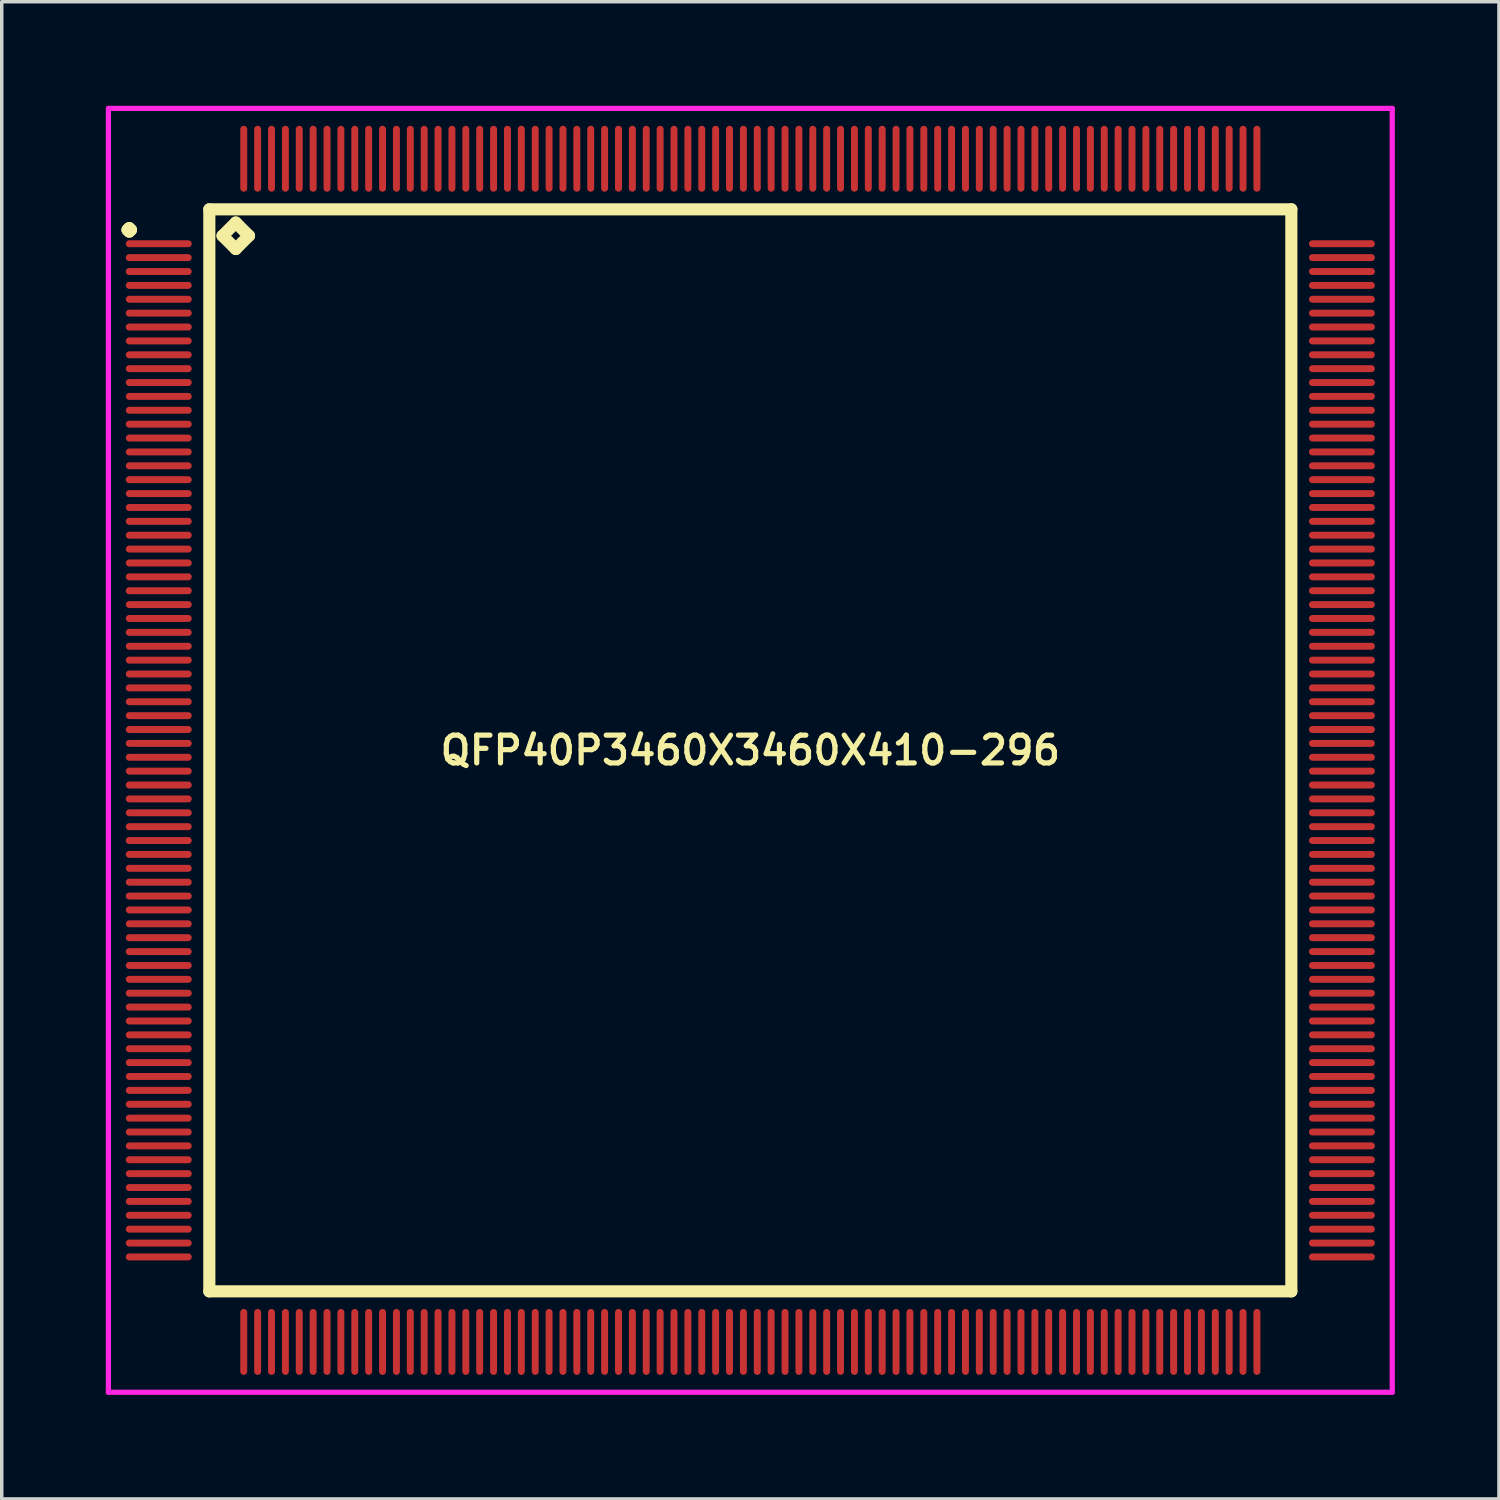
<source format=kicad_pcb>
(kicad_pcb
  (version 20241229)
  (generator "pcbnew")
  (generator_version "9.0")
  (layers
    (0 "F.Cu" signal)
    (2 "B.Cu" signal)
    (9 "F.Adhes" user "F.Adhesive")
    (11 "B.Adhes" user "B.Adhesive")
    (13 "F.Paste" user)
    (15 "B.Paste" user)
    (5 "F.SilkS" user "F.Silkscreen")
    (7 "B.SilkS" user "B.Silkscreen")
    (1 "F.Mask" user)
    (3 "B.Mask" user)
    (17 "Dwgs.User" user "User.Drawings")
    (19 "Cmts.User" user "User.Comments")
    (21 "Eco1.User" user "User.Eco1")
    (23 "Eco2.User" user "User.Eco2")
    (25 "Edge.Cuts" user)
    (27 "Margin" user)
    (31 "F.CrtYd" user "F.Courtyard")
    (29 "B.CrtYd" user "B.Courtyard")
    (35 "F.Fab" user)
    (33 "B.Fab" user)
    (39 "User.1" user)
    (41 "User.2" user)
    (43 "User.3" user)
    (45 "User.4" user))
  (footprint "QFP40P3460X3460X410-296"
    (layer "F.Cu")
    (at 18.575 18.575)
    (property "Reference" "QFP40P3460X3460X410-296" (at 0 0 0) (layer "F.SilkS") (effects (font (size 0.8 0.8) (thickness 0.15))))
    (attr through_hole)
    (fp_line (start -17.95 -15) (end -17.9 -15.05) (stroke (width 0.35) (type solid)) (layer "F.SilkS"))
    (fp_line (start -17.9 -15.05) (end -17.85 -15) (stroke (width 0.35) (type solid)) (layer "F.SilkS"))
    (fp_line (start -17.9 -14.95) (end -17.95 -15) (stroke (width 0.35) (type solid)) (layer "F.SilkS"))
    (fp_line (start -17.85 -15) (end -17.9 -14.95) (stroke (width 0.35) (type solid)) (layer "F.SilkS"))
    (fp_line (start -15.592 -15.592) (end -15.592 15.592) (stroke (width 0.35) (type solid)) (layer "F.SilkS"))
    (fp_line (start -15.592 15.592) (end 15.592 15.592) (stroke (width 0.35) (type solid)) (layer "F.SilkS"))
    (fp_line (start -15.211 -14.83) (end -14.83 -15.211) (stroke (width 0.35) (type solid)) (layer "F.SilkS"))
    (fp_line (start -14.83 -15.211) (end -14.449 -14.83) (stroke (width 0.35) (type solid)) (layer "F.SilkS"))
    (fp_line (start -14.83 -14.449) (end -15.211 -14.83) (stroke (width 0.35) (type solid)) (layer "F.SilkS"))
    (fp_line (start -14.449 -14.83) (end -14.83 -14.449) (stroke (width 0.35) (type solid)) (layer "F.SilkS"))
    (fp_line (start 15.592 -15.592) (end -15.592 -15.592) (stroke (width 0.35) (type solid)) (layer "F.SilkS"))
    (fp_line (start 15.592 15.592) (end 15.592 -15.592) (stroke (width 0.35) (type solid)) (layer "F.SilkS"))
    (fp_line (start -18.5 -18.5) (end 18.5 -18.5) (stroke (width 0.15) (type solid)) (layer "F.CrtYd"))
    (fp_line (start -18.5 18.5) (end -18.5 -18.5) (stroke (width 0.15) (type solid)) (layer "F.CrtYd"))
    (fp_line (start 18.5 -18.5) (end 18.5 18.5) (stroke (width 0.15) (type solid)) (layer "F.CrtYd"))
    (fp_line (start 18.5 18.5) (end -18.5 18.5) (stroke (width 0.15) (type solid)) (layer "F.CrtYd"))
    (pad "1" smd oval (at -17.05 -14.6) (size 1.9 0.2) (layers "F.Cu" "F.Mask" "F.Paste"))
    (pad "2" smd oval (at -17.05 -14.2) (size 1.9 0.2) (layers "F.Cu" "F.Mask" "F.Paste"))
    (pad "3" smd oval (at -17.05 -13.8) (size 1.9 0.2) (layers "F.Cu" "F.Mask" "F.Paste"))
    (pad "4" smd oval (at -17.05 -13.4) (size 1.9 0.2) (layers "F.Cu" "F.Mask" "F.Paste"))
    (pad "5" smd oval (at -17.05 -13) (size 1.9 0.2) (layers "F.Cu" "F.Mask" "F.Paste"))
    (pad "6" smd oval (at -17.05 -12.6) (size 1.9 0.2) (layers "F.Cu" "F.Mask" "F.Paste"))
    (pad "7" smd oval (at -17.05 -12.2) (size 1.9 0.2) (layers "F.Cu" "F.Mask" "F.Paste"))
    (pad "8" smd oval (at -17.05 -11.8) (size 1.9 0.2) (layers "F.Cu" "F.Mask" "F.Paste"))
    (pad "9" smd oval (at -17.05 -11.4) (size 1.9 0.2) (layers "F.Cu" "F.Mask" "F.Paste"))
    (pad "10" smd oval (at -17.05 -11) (size 1.9 0.2) (layers "F.Cu" "F.Mask" "F.Paste"))
    (pad "11" smd oval (at -17.05 -10.6) (size 1.9 0.2) (layers "F.Cu" "F.Mask" "F.Paste"))
    (pad "12" smd oval (at -17.05 -10.2) (size 1.9 0.2) (layers "F.Cu" "F.Mask" "F.Paste"))
    (pad "13" smd oval (at -17.05 -9.8) (size 1.9 0.2) (layers "F.Cu" "F.Mask" "F.Paste"))
    (pad "14" smd oval (at -17.05 -9.4) (size 1.9 0.2) (layers "F.Cu" "F.Mask" "F.Paste"))
    (pad "15" smd oval (at -17.05 -9) (size 1.9 0.2) (layers "F.Cu" "F.Mask" "F.Paste"))
    (pad "16" smd oval (at -17.05 -8.6) (size 1.9 0.2) (layers "F.Cu" "F.Mask" "F.Paste"))
    (pad "17" smd oval (at -17.05 -8.2) (size 1.9 0.2) (layers "F.Cu" "F.Mask" "F.Paste"))
    (pad "18" smd oval (at -17.05 -7.8) (size 1.9 0.2) (layers "F.Cu" "F.Mask" "F.Paste"))
    (pad "19" smd oval (at -17.05 -7.4) (size 1.9 0.2) (layers "F.Cu" "F.Mask" "F.Paste"))
    (pad "20" smd oval (at -17.05 -7) (size 1.9 0.2) (layers "F.Cu" "F.Mask" "F.Paste"))
    (pad "21" smd oval (at -17.05 -6.6) (size 1.9 0.2) (layers "F.Cu" "F.Mask" "F.Paste"))
    (pad "22" smd oval (at -17.05 -6.2) (size 1.9 0.2) (layers "F.Cu" "F.Mask" "F.Paste"))
    (pad "23" smd oval (at -17.05 -5.8) (size 1.9 0.2) (layers "F.Cu" "F.Mask" "F.Paste"))
    (pad "24" smd oval (at -17.05 -5.4) (size 1.9 0.2) (layers "F.Cu" "F.Mask" "F.Paste"))
    (pad "25" smd oval (at -17.05 -5) (size 1.9 0.2) (layers "F.Cu" "F.Mask" "F.Paste"))
    (pad "26" smd oval (at -17.05 -4.6) (size 1.9 0.2) (layers "F.Cu" "F.Mask" "F.Paste"))
    (pad "27" smd oval (at -17.05 -4.2) (size 1.9 0.2) (layers "F.Cu" "F.Mask" "F.Paste"))
    (pad "28" smd oval (at -17.05 -3.8) (size 1.9 0.2) (layers "F.Cu" "F.Mask" "F.Paste"))
    (pad "29" smd oval (at -17.05 -3.4) (size 1.9 0.2) (layers "F.Cu" "F.Mask" "F.Paste"))
    (pad "30" smd oval (at -17.05 -3) (size 1.9 0.2) (layers "F.Cu" "F.Mask" "F.Paste"))
    (pad "31" smd oval (at -17.05 -2.6) (size 1.9 0.2) (layers "F.Cu" "F.Mask" "F.Paste"))
    (pad "32" smd oval (at -17.05 -2.2) (size 1.9 0.2) (layers "F.Cu" "F.Mask" "F.Paste"))
    (pad "33" smd oval (at -17.05 -1.8) (size 1.9 0.2) (layers "F.Cu" "F.Mask" "F.Paste"))
    (pad "34" smd oval (at -17.05 -1.4) (size 1.9 0.2) (layers "F.Cu" "F.Mask" "F.Paste"))
    (pad "35" smd oval (at -17.05 -1) (size 1.9 0.2) (layers "F.Cu" "F.Mask" "F.Paste"))
    (pad "36" smd oval (at -17.05 -0.6) (size 1.9 0.2) (layers "F.Cu" "F.Mask" "F.Paste"))
    (pad "37" smd oval (at -17.05 -0.2) (size 1.9 0.2) (layers "F.Cu" "F.Mask" "F.Paste"))
    (pad "38" smd oval (at -17.05 0.2) (size 1.9 0.2) (layers "F.Cu" "F.Mask" "F.Paste"))
    (pad "39" smd oval (at -17.05 0.6) (size 1.9 0.2) (layers "F.Cu" "F.Mask" "F.Paste"))
    (pad "40" smd oval (at -17.05 1) (size 1.9 0.2) (layers "F.Cu" "F.Mask" "F.Paste"))
    (pad "41" smd oval (at -17.05 1.4) (size 1.9 0.2) (layers "F.Cu" "F.Mask" "F.Paste"))
    (pad "42" smd oval (at -17.05 1.8) (size 1.9 0.2) (layers "F.Cu" "F.Mask" "F.Paste"))
    (pad "43" smd oval (at -17.05 2.2) (size 1.9 0.2) (layers "F.Cu" "F.Mask" "F.Paste"))
    (pad "44" smd oval (at -17.05 2.6) (size 1.9 0.2) (layers "F.Cu" "F.Mask" "F.Paste"))
    (pad "45" smd oval (at -17.05 3) (size 1.9 0.2) (layers "F.Cu" "F.Mask" "F.Paste"))
    (pad "46" smd oval (at -17.05 3.4) (size 1.9 0.2) (layers "F.Cu" "F.Mask" "F.Paste"))
    (pad "47" smd oval (at -17.05 3.8) (size 1.9 0.2) (layers "F.Cu" "F.Mask" "F.Paste"))
    (pad "48" smd oval (at -17.05 4.2) (size 1.9 0.2) (layers "F.Cu" "F.Mask" "F.Paste"))
    (pad "49" smd oval (at -17.05 4.6) (size 1.9 0.2) (layers "F.Cu" "F.Mask" "F.Paste"))
    (pad "50" smd oval (at -17.05 5) (size 1.9 0.2) (layers "F.Cu" "F.Mask" "F.Paste"))
    (pad "51" smd oval (at -17.05 5.4) (size 1.9 0.2) (layers "F.Cu" "F.Mask" "F.Paste"))
    (pad "52" smd oval (at -17.05 5.8) (size 1.9 0.2) (layers "F.Cu" "F.Mask" "F.Paste"))
    (pad "53" smd oval (at -17.05 6.2) (size 1.9 0.2) (layers "F.Cu" "F.Mask" "F.Paste"))
    (pad "54" smd oval (at -17.05 6.6) (size 1.9 0.2) (layers "F.Cu" "F.Mask" "F.Paste"))
    (pad "55" smd oval (at -17.05 7) (size 1.9 0.2) (layers "F.Cu" "F.Mask" "F.Paste"))
    (pad "56" smd oval (at -17.05 7.4) (size 1.9 0.2) (layers "F.Cu" "F.Mask" "F.Paste"))
    (pad "57" smd oval (at -17.05 7.8) (size 1.9 0.2) (layers "F.Cu" "F.Mask" "F.Paste"))
    (pad "58" smd oval (at -17.05 8.2) (size 1.9 0.2) (layers "F.Cu" "F.Mask" "F.Paste"))
    (pad "59" smd oval (at -17.05 8.6) (size 1.9 0.2) (layers "F.Cu" "F.Mask" "F.Paste"))
    (pad "60" smd oval (at -17.05 9) (size 1.9 0.2) (layers "F.Cu" "F.Mask" "F.Paste"))
    (pad "61" smd oval (at -17.05 9.4) (size 1.9 0.2) (layers "F.Cu" "F.Mask" "F.Paste"))
    (pad "62" smd oval (at -17.05 9.8) (size 1.9 0.2) (layers "F.Cu" "F.Mask" "F.Paste"))
    (pad "63" smd oval (at -17.05 10.2) (size 1.9 0.2) (layers "F.Cu" "F.Mask" "F.Paste"))
    (pad "64" smd oval (at -17.05 10.6) (size 1.9 0.2) (layers "F.Cu" "F.Mask" "F.Paste"))
    (pad "65" smd oval (at -17.05 11) (size 1.9 0.2) (layers "F.Cu" "F.Mask" "F.Paste"))
    (pad "66" smd oval (at -17.05 11.4) (size 1.9 0.2) (layers "F.Cu" "F.Mask" "F.Paste"))
    (pad "67" smd oval (at -17.05 11.8) (size 1.9 0.2) (layers "F.Cu" "F.Mask" "F.Paste"))
    (pad "68" smd oval (at -17.05 12.2) (size 1.9 0.2) (layers "F.Cu" "F.Mask" "F.Paste"))
    (pad "69" smd oval (at -17.05 12.6) (size 1.9 0.2) (layers "F.Cu" "F.Mask" "F.Paste"))
    (pad "70" smd oval (at -17.05 13) (size 1.9 0.2) (layers "F.Cu" "F.Mask" "F.Paste"))
    (pad "71" smd oval (at -17.05 13.4) (size 1.9 0.2) (layers "F.Cu" "F.Mask" "F.Paste"))
    (pad "72" smd oval (at -17.05 13.8) (size 1.9 0.2) (layers "F.Cu" "F.Mask" "F.Paste"))
    (pad "73" smd oval (at -17.05 14.2) (size 1.9 0.2) (layers "F.Cu" "F.Mask" "F.Paste"))
    (pad "74" smd oval (at -17.05 14.6) (size 1.9 0.2) (layers "F.Cu" "F.Mask" "F.Paste"))
    (pad "75" smd oval (at -14.6 17.05) (size 0.2 1.9) (layers "F.Cu" "F.Mask" "F.Paste"))
    (pad "76" smd oval (at -14.2 17.05) (size 0.2 1.9) (layers "F.Cu" "F.Mask" "F.Paste"))
    (pad "77" smd oval (at -13.8 17.05) (size 0.2 1.9) (layers "F.Cu" "F.Mask" "F.Paste"))
    (pad "78" smd oval (at -13.4 17.05) (size 0.2 1.9) (layers "F.Cu" "F.Mask" "F.Paste"))
    (pad "79" smd oval (at -13 17.05) (size 0.2 1.9) (layers "F.Cu" "F.Mask" "F.Paste"))
    (pad "80" smd oval (at -12.6 17.05) (size 0.2 1.9) (layers "F.Cu" "F.Mask" "F.Paste"))
    (pad "81" smd oval (at -12.2 17.05) (size 0.2 1.9) (layers "F.Cu" "F.Mask" "F.Paste"))
    (pad "82" smd oval (at -11.8 17.05) (size 0.2 1.9) (layers "F.Cu" "F.Mask" "F.Paste"))
    (pad "83" smd oval (at -11.4 17.05) (size 0.2 1.9) (layers "F.Cu" "F.Mask" "F.Paste"))
    (pad "84" smd oval (at -11 17.05) (size 0.2 1.9) (layers "F.Cu" "F.Mask" "F.Paste"))
    (pad "85" smd oval (at -10.6 17.05) (size 0.2 1.9) (layers "F.Cu" "F.Mask" "F.Paste"))
    (pad "86" smd oval (at -10.2 17.05) (size 0.2 1.9) (layers "F.Cu" "F.Mask" "F.Paste"))
    (pad "87" smd oval (at -9.8 17.05) (size 0.2 1.9) (layers "F.Cu" "F.Mask" "F.Paste"))
    (pad "88" smd oval (at -9.4 17.05) (size 0.2 1.9) (layers "F.Cu" "F.Mask" "F.Paste"))
    (pad "89" smd oval (at -9 17.05) (size 0.2 1.9) (layers "F.Cu" "F.Mask" "F.Paste"))
    (pad "90" smd oval (at -8.6 17.05) (size 0.2 1.9) (layers "F.Cu" "F.Mask" "F.Paste"))
    (pad "91" smd oval (at -8.2 17.05) (size 0.2 1.9) (layers "F.Cu" "F.Mask" "F.Paste"))
    (pad "92" smd oval (at -7.8 17.05) (size 0.2 1.9) (layers "F.Cu" "F.Mask" "F.Paste"))
    (pad "93" smd oval (at -7.4 17.05) (size 0.2 1.9) (layers "F.Cu" "F.Mask" "F.Paste"))
    (pad "94" smd oval (at -7 17.05) (size 0.2 1.9) (layers "F.Cu" "F.Mask" "F.Paste"))
    (pad "95" smd oval (at -6.6 17.05) (size 0.2 1.9) (layers "F.Cu" "F.Mask" "F.Paste"))
    (pad "96" smd oval (at -6.2 17.05) (size 0.2 1.9) (layers "F.Cu" "F.Mask" "F.Paste"))
    (pad "97" smd oval (at -5.8 17.05) (size 0.2 1.9) (layers "F.Cu" "F.Mask" "F.Paste"))
    (pad "98" smd oval (at -5.4 17.05) (size 0.2 1.9) (layers "F.Cu" "F.Mask" "F.Paste"))
    (pad "99" smd oval (at -5 17.05) (size 0.2 1.9) (layers "F.Cu" "F.Mask" "F.Paste"))
    (pad "100" smd oval (at -4.6 17.05) (size 0.2 1.9) (layers "F.Cu" "F.Mask" "F.Paste"))
    (pad "101" smd oval (at -4.2 17.05) (size 0.2 1.9) (layers "F.Cu" "F.Mask" "F.Paste"))
    (pad "102" smd oval (at -3.8 17.05) (size 0.2 1.9) (layers "F.Cu" "F.Mask" "F.Paste"))
    (pad "103" smd oval (at -3.4 17.05) (size 0.2 1.9) (layers "F.Cu" "F.Mask" "F.Paste"))
    (pad "104" smd oval (at -3 17.05) (size 0.2 1.9) (layers "F.Cu" "F.Mask" "F.Paste"))
    (pad "105" smd oval (at -2.6 17.05) (size 0.2 1.9) (layers "F.Cu" "F.Mask" "F.Paste"))
    (pad "106" smd oval (at -2.2 17.05) (size 0.2 1.9) (layers "F.Cu" "F.Mask" "F.Paste"))
    (pad "107" smd oval (at -1.8 17.05) (size 0.2 1.9) (layers "F.Cu" "F.Mask" "F.Paste"))
    (pad "108" smd oval (at -1.4 17.05) (size 0.2 1.9) (layers "F.Cu" "F.Mask" "F.Paste"))
    (pad "109" smd oval (at -1 17.05) (size 0.2 1.9) (layers "F.Cu" "F.Mask" "F.Paste"))
    (pad "110" smd oval (at -0.6 17.05) (size 0.2 1.9) (layers "F.Cu" "F.Mask" "F.Paste"))
    (pad "111" smd oval (at -0.2 17.05) (size 0.2 1.9) (layers "F.Cu" "F.Mask" "F.Paste"))
    (pad "112" smd oval (at 0.2 17.05) (size 0.2 1.9) (layers "F.Cu" "F.Mask" "F.Paste"))
    (pad "113" smd oval (at 0.6 17.05) (size 0.2 1.9) (layers "F.Cu" "F.Mask" "F.Paste"))
    (pad "114" smd oval (at 1 17.05) (size 0.2 1.9) (layers "F.Cu" "F.Mask" "F.Paste"))
    (pad "115" smd oval (at 1.4 17.05) (size 0.2 1.9) (layers "F.Cu" "F.Mask" "F.Paste"))
    (pad "116" smd oval (at 1.8 17.05) (size 0.2 1.9) (layers "F.Cu" "F.Mask" "F.Paste"))
    (pad "117" smd oval (at 2.2 17.05) (size 0.2 1.9) (layers "F.Cu" "F.Mask" "F.Paste"))
    (pad "118" smd oval (at 2.6 17.05) (size 0.2 1.9) (layers "F.Cu" "F.Mask" "F.Paste"))
    (pad "119" smd oval (at 3 17.05) (size 0.2 1.9) (layers "F.Cu" "F.Mask" "F.Paste"))
    (pad "120" smd oval (at 3.4 17.05) (size 0.2 1.9) (layers "F.Cu" "F.Mask" "F.Paste"))
    (pad "121" smd oval (at 3.8 17.05) (size 0.2 1.9) (layers "F.Cu" "F.Mask" "F.Paste"))
    (pad "122" smd oval (at 4.2 17.05) (size 0.2 1.9) (layers "F.Cu" "F.Mask" "F.Paste"))
    (pad "123" smd oval (at 4.6 17.05) (size 0.2 1.9) (layers "F.Cu" "F.Mask" "F.Paste"))
    (pad "124" smd oval (at 5 17.05) (size 0.2 1.9) (layers "F.Cu" "F.Mask" "F.Paste"))
    (pad "125" smd oval (at 5.4 17.05) (size 0.2 1.9) (layers "F.Cu" "F.Mask" "F.Paste"))
    (pad "126" smd oval (at 5.8 17.05) (size 0.2 1.9) (layers "F.Cu" "F.Mask" "F.Paste"))
    (pad "127" smd oval (at 6.2 17.05) (size 0.2 1.9) (layers "F.Cu" "F.Mask" "F.Paste"))
    (pad "128" smd oval (at 6.6 17.05) (size 0.2 1.9) (layers "F.Cu" "F.Mask" "F.Paste"))
    (pad "129" smd oval (at 7 17.05) (size 0.2 1.9) (layers "F.Cu" "F.Mask" "F.Paste"))
    (pad "130" smd oval (at 7.4 17.05) (size 0.2 1.9) (layers "F.Cu" "F.Mask" "F.Paste"))
    (pad "131" smd oval (at 7.8 17.05) (size 0.2 1.9) (layers "F.Cu" "F.Mask" "F.Paste"))
    (pad "132" smd oval (at 8.2 17.05) (size 0.2 1.9) (layers "F.Cu" "F.Mask" "F.Paste"))
    (pad "133" smd oval (at 8.6 17.05) (size 0.2 1.9) (layers "F.Cu" "F.Mask" "F.Paste"))
    (pad "134" smd oval (at 9 17.05) (size 0.2 1.9) (layers "F.Cu" "F.Mask" "F.Paste"))
    (pad "135" smd oval (at 9.4 17.05) (size 0.2 1.9) (layers "F.Cu" "F.Mask" "F.Paste"))
    (pad "136" smd oval (at 9.8 17.05) (size 0.2 1.9) (layers "F.Cu" "F.Mask" "F.Paste"))
    (pad "137" smd oval (at 10.2 17.05) (size 0.2 1.9) (layers "F.Cu" "F.Mask" "F.Paste"))
    (pad "138" smd oval (at 10.6 17.05) (size 0.2 1.9) (layers "F.Cu" "F.Mask" "F.Paste"))
    (pad "139" smd oval (at 11 17.05) (size 0.2 1.9) (layers "F.Cu" "F.Mask" "F.Paste"))
    (pad "140" smd oval (at 11.4 17.05) (size 0.2 1.9) (layers "F.Cu" "F.Mask" "F.Paste"))
    (pad "141" smd oval (at 11.8 17.05) (size 0.2 1.9) (layers "F.Cu" "F.Mask" "F.Paste"))
    (pad "142" smd oval (at 12.2 17.05) (size 0.2 1.9) (layers "F.Cu" "F.Mask" "F.Paste"))
    (pad "143" smd oval (at 12.6 17.05) (size 0.2 1.9) (layers "F.Cu" "F.Mask" "F.Paste"))
    (pad "144" smd oval (at 13 17.05) (size 0.2 1.9) (layers "F.Cu" "F.Mask" "F.Paste"))
    (pad "145" smd oval (at 13.4 17.05) (size 0.2 1.9) (layers "F.Cu" "F.Mask" "F.Paste"))
    (pad "146" smd oval (at 13.8 17.05) (size 0.2 1.9) (layers "F.Cu" "F.Mask" "F.Paste"))
    (pad "147" smd oval (at 14.2 17.05) (size 0.2 1.9) (layers "F.Cu" "F.Mask" "F.Paste"))
    (pad "148" smd oval (at 14.6 17.05) (size 0.2 1.9) (layers "F.Cu" "F.Mask" "F.Paste"))
    (pad "149" smd oval (at 17.05 14.6) (size 1.9 0.2) (layers "F.Cu" "F.Mask" "F.Paste"))
    (pad "150" smd oval (at 17.05 14.2) (size 1.9 0.2) (layers "F.Cu" "F.Mask" "F.Paste"))
    (pad "151" smd oval (at 17.05 13.8) (size 1.9 0.2) (layers "F.Cu" "F.Mask" "F.Paste"))
    (pad "152" smd oval (at 17.05 13.4) (size 1.9 0.2) (layers "F.Cu" "F.Mask" "F.Paste"))
    (pad "153" smd oval (at 17.05 13) (size 1.9 0.2) (layers "F.Cu" "F.Mask" "F.Paste"))
    (pad "154" smd oval (at 17.05 12.6) (size 1.9 0.2) (layers "F.Cu" "F.Mask" "F.Paste"))
    (pad "155" smd oval (at 17.05 12.2) (size 1.9 0.2) (layers "F.Cu" "F.Mask" "F.Paste"))
    (pad "156" smd oval (at 17.05 11.8) (size 1.9 0.2) (layers "F.Cu" "F.Mask" "F.Paste"))
    (pad "157" smd oval (at 17.05 11.4) (size 1.9 0.2) (layers "F.Cu" "F.Mask" "F.Paste"))
    (pad "158" smd oval (at 17.05 11) (size 1.9 0.2) (layers "F.Cu" "F.Mask" "F.Paste"))
    (pad "159" smd oval (at 17.05 10.6) (size 1.9 0.2) (layers "F.Cu" "F.Mask" "F.Paste"))
    (pad "160" smd oval (at 17.05 10.2) (size 1.9 0.2) (layers "F.Cu" "F.Mask" "F.Paste"))
    (pad "161" smd oval (at 17.05 9.8) (size 1.9 0.2) (layers "F.Cu" "F.Mask" "F.Paste"))
    (pad "162" smd oval (at 17.05 9.4) (size 1.9 0.2) (layers "F.Cu" "F.Mask" "F.Paste"))
    (pad "163" smd oval (at 17.05 9) (size 1.9 0.2) (layers "F.Cu" "F.Mask" "F.Paste"))
    (pad "164" smd oval (at 17.05 8.6) (size 1.9 0.2) (layers "F.Cu" "F.Mask" "F.Paste"))
    (pad "165" smd oval (at 17.05 8.2) (size 1.9 0.2) (layers "F.Cu" "F.Mask" "F.Paste"))
    (pad "166" smd oval (at 17.05 7.8) (size 1.9 0.2) (layers "F.Cu" "F.Mask" "F.Paste"))
    (pad "167" smd oval (at 17.05 7.4) (size 1.9 0.2) (layers "F.Cu" "F.Mask" "F.Paste"))
    (pad "168" smd oval (at 17.05 7) (size 1.9 0.2) (layers "F.Cu" "F.Mask" "F.Paste"))
    (pad "169" smd oval (at 17.05 6.6) (size 1.9 0.2) (layers "F.Cu" "F.Mask" "F.Paste"))
    (pad "170" smd oval (at 17.05 6.2) (size 1.9 0.2) (layers "F.Cu" "F.Mask" "F.Paste"))
    (pad "171" smd oval (at 17.05 5.8) (size 1.9 0.2) (layers "F.Cu" "F.Mask" "F.Paste"))
    (pad "172" smd oval (at 17.05 5.4) (size 1.9 0.2) (layers "F.Cu" "F.Mask" "F.Paste"))
    (pad "173" smd oval (at 17.05 5) (size 1.9 0.2) (layers "F.Cu" "F.Mask" "F.Paste"))
    (pad "174" smd oval (at 17.05 4.6) (size 1.9 0.2) (layers "F.Cu" "F.Mask" "F.Paste"))
    (pad "175" smd oval (at 17.05 4.2) (size 1.9 0.2) (layers "F.Cu" "F.Mask" "F.Paste"))
    (pad "176" smd oval (at 17.05 3.8) (size 1.9 0.2) (layers "F.Cu" "F.Mask" "F.Paste"))
    (pad "177" smd oval (at 17.05 3.4) (size 1.9 0.2) (layers "F.Cu" "F.Mask" "F.Paste"))
    (pad "178" smd oval (at 17.05 3) (size 1.9 0.2) (layers "F.Cu" "F.Mask" "F.Paste"))
    (pad "179" smd oval (at 17.05 2.6) (size 1.9 0.2) (layers "F.Cu" "F.Mask" "F.Paste"))
    (pad "180" smd oval (at 17.05 2.2) (size 1.9 0.2) (layers "F.Cu" "F.Mask" "F.Paste"))
    (pad "181" smd oval (at 17.05 1.8) (size 1.9 0.2) (layers "F.Cu" "F.Mask" "F.Paste"))
    (pad "182" smd oval (at 17.05 1.4) (size 1.9 0.2) (layers "F.Cu" "F.Mask" "F.Paste"))
    (pad "183" smd oval (at 17.05 1) (size 1.9 0.2) (layers "F.Cu" "F.Mask" "F.Paste"))
    (pad "184" smd oval (at 17.05 0.6) (size 1.9 0.2) (layers "F.Cu" "F.Mask" "F.Paste"))
    (pad "185" smd oval (at 17.05 0.2) (size 1.9 0.2) (layers "F.Cu" "F.Mask" "F.Paste"))
    (pad "186" smd oval (at 17.05 -0.2) (size 1.9 0.2) (layers "F.Cu" "F.Mask" "F.Paste"))
    (pad "187" smd oval (at 17.05 -0.6) (size 1.9 0.2) (layers "F.Cu" "F.Mask" "F.Paste"))
    (pad "188" smd oval (at 17.05 -1) (size 1.9 0.2) (layers "F.Cu" "F.Mask" "F.Paste"))
    (pad "189" smd oval (at 17.05 -1.4) (size 1.9 0.2) (layers "F.Cu" "F.Mask" "F.Paste"))
    (pad "190" smd oval (at 17.05 -1.8) (size 1.9 0.2) (layers "F.Cu" "F.Mask" "F.Paste"))
    (pad "191" smd oval (at 17.05 -2.2) (size 1.9 0.2) (layers "F.Cu" "F.Mask" "F.Paste"))
    (pad "192" smd oval (at 17.05 -2.6) (size 1.9 0.2) (layers "F.Cu" "F.Mask" "F.Paste"))
    (pad "193" smd oval (at 17.05 -3) (size 1.9 0.2) (layers "F.Cu" "F.Mask" "F.Paste"))
    (pad "194" smd oval (at 17.05 -3.4) (size 1.9 0.2) (layers "F.Cu" "F.Mask" "F.Paste"))
    (pad "195" smd oval (at 17.05 -3.8) (size 1.9 0.2) (layers "F.Cu" "F.Mask" "F.Paste"))
    (pad "196" smd oval (at 17.05 -4.2) (size 1.9 0.2) (layers "F.Cu" "F.Mask" "F.Paste"))
    (pad "197" smd oval (at 17.05 -4.6) (size 1.9 0.2) (layers "F.Cu" "F.Mask" "F.Paste"))
    (pad "198" smd oval (at 17.05 -5) (size 1.9 0.2) (layers "F.Cu" "F.Mask" "F.Paste"))
    (pad "199" smd oval (at 17.05 -5.4) (size 1.9 0.2) (layers "F.Cu" "F.Mask" "F.Paste"))
    (pad "200" smd oval (at 17.05 -5.8) (size 1.9 0.2) (layers "F.Cu" "F.Mask" "F.Paste"))
    (pad "201" smd oval (at 17.05 -6.2) (size 1.9 0.2) (layers "F.Cu" "F.Mask" "F.Paste"))
    (pad "202" smd oval (at 17.05 -6.6) (size 1.9 0.2) (layers "F.Cu" "F.Mask" "F.Paste"))
    (pad "203" smd oval (at 17.05 -7) (size 1.9 0.2) (layers "F.Cu" "F.Mask" "F.Paste"))
    (pad "204" smd oval (at 17.05 -7.4) (size 1.9 0.2) (layers "F.Cu" "F.Mask" "F.Paste"))
    (pad "205" smd oval (at 17.05 -7.8) (size 1.9 0.2) (layers "F.Cu" "F.Mask" "F.Paste"))
    (pad "206" smd oval (at 17.05 -8.2) (size 1.9 0.2) (layers "F.Cu" "F.Mask" "F.Paste"))
    (pad "207" smd oval (at 17.05 -8.6) (size 1.9 0.2) (layers "F.Cu" "F.Mask" "F.Paste"))
    (pad "208" smd oval (at 17.05 -9) (size 1.9 0.2) (layers "F.Cu" "F.Mask" "F.Paste"))
    (pad "209" smd oval (at 17.05 -9.4) (size 1.9 0.2) (layers "F.Cu" "F.Mask" "F.Paste"))
    (pad "210" smd oval (at 17.05 -9.8) (size 1.9 0.2) (layers "F.Cu" "F.Mask" "F.Paste"))
    (pad "211" smd oval (at 17.05 -10.2) (size 1.9 0.2) (layers "F.Cu" "F.Mask" "F.Paste"))
    (pad "212" smd oval (at 17.05 -10.6) (size 1.9 0.2) (layers "F.Cu" "F.Mask" "F.Paste"))
    (pad "213" smd oval (at 17.05 -11) (size 1.9 0.2) (layers "F.Cu" "F.Mask" "F.Paste"))
    (pad "214" smd oval (at 17.05 -11.4) (size 1.9 0.2) (layers "F.Cu" "F.Mask" "F.Paste"))
    (pad "215" smd oval (at 17.05 -11.8) (size 1.9 0.2) (layers "F.Cu" "F.Mask" "F.Paste"))
    (pad "216" smd oval (at 17.05 -12.2) (size 1.9 0.2) (layers "F.Cu" "F.Mask" "F.Paste"))
    (pad "217" smd oval (at 17.05 -12.6) (size 1.9 0.2) (layers "F.Cu" "F.Mask" "F.Paste"))
    (pad "218" smd oval (at 17.05 -13) (size 1.9 0.2) (layers "F.Cu" "F.Mask" "F.Paste"))
    (pad "219" smd oval (at 17.05 -13.4) (size 1.9 0.2) (layers "F.Cu" "F.Mask" "F.Paste"))
    (pad "220" smd oval (at 17.05 -13.8) (size 1.9 0.2) (layers "F.Cu" "F.Mask" "F.Paste"))
    (pad "221" smd oval (at 17.05 -14.2) (size 1.9 0.2) (layers "F.Cu" "F.Mask" "F.Paste"))
    (pad "222" smd oval (at 17.05 -14.6) (size 1.9 0.2) (layers "F.Cu" "F.Mask" "F.Paste"))
    (pad "223" smd oval (at 14.6 -17.05) (size 0.2 1.9) (layers "F.Cu" "F.Mask" "F.Paste"))
    (pad "224" smd oval (at 14.2 -17.05) (size 0.2 1.9) (layers "F.Cu" "F.Mask" "F.Paste"))
    (pad "225" smd oval (at 13.8 -17.05) (size 0.2 1.9) (layers "F.Cu" "F.Mask" "F.Paste"))
    (pad "226" smd oval (at 13.4 -17.05) (size 0.2 1.9) (layers "F.Cu" "F.Mask" "F.Paste"))
    (pad "227" smd oval (at 13 -17.05) (size 0.2 1.9) (layers "F.Cu" "F.Mask" "F.Paste"))
    (pad "228" smd oval (at 12.6 -17.05) (size 0.2 1.9) (layers "F.Cu" "F.Mask" "F.Paste"))
    (pad "229" smd oval (at 12.2 -17.05) (size 0.2 1.9) (layers "F.Cu" "F.Mask" "F.Paste"))
    (pad "230" smd oval (at 11.8 -17.05) (size 0.2 1.9) (layers "F.Cu" "F.Mask" "F.Paste"))
    (pad "231" smd oval (at 11.4 -17.05) (size 0.2 1.9) (layers "F.Cu" "F.Mask" "F.Paste"))
    (pad "232" smd oval (at 11 -17.05) (size 0.2 1.9) (layers "F.Cu" "F.Mask" "F.Paste"))
    (pad "233" smd oval (at 10.6 -17.05) (size 0.2 1.9) (layers "F.Cu" "F.Mask" "F.Paste"))
    (pad "234" smd oval (at 10.2 -17.05) (size 0.2 1.9) (layers "F.Cu" "F.Mask" "F.Paste"))
    (pad "235" smd oval (at 9.8 -17.05) (size 0.2 1.9) (layers "F.Cu" "F.Mask" "F.Paste"))
    (pad "236" smd oval (at 9.4 -17.05) (size 0.2 1.9) (layers "F.Cu" "F.Mask" "F.Paste"))
    (pad "237" smd oval (at 9 -17.05) (size 0.2 1.9) (layers "F.Cu" "F.Mask" "F.Paste"))
    (pad "238" smd oval (at 8.6 -17.05) (size 0.2 1.9) (layers "F.Cu" "F.Mask" "F.Paste"))
    (pad "239" smd oval (at 8.2 -17.05) (size 0.2 1.9) (layers "F.Cu" "F.Mask" "F.Paste"))
    (pad "240" smd oval (at 7.8 -17.05) (size 0.2 1.9) (layers "F.Cu" "F.Mask" "F.Paste"))
    (pad "241" smd oval (at 7.4 -17.05) (size 0.2 1.9) (layers "F.Cu" "F.Mask" "F.Paste"))
    (pad "242" smd oval (at 7 -17.05) (size 0.2 1.9) (layers "F.Cu" "F.Mask" "F.Paste"))
    (pad "243" smd oval (at 6.6 -17.05) (size 0.2 1.9) (layers "F.Cu" "F.Mask" "F.Paste"))
    (pad "244" smd oval (at 6.2 -17.05) (size 0.2 1.9) (layers "F.Cu" "F.Mask" "F.Paste"))
    (pad "245" smd oval (at 5.8 -17.05) (size 0.2 1.9) (layers "F.Cu" "F.Mask" "F.Paste"))
    (pad "246" smd oval (at 5.4 -17.05) (size 0.2 1.9) (layers "F.Cu" "F.Mask" "F.Paste"))
    (pad "247" smd oval (at 5 -17.05) (size 0.2 1.9) (layers "F.Cu" "F.Mask" "F.Paste"))
    (pad "248" smd oval (at 4.6 -17.05) (size 0.2 1.9) (layers "F.Cu" "F.Mask" "F.Paste"))
    (pad "249" smd oval (at 4.2 -17.05) (size 0.2 1.9) (layers "F.Cu" "F.Mask" "F.Paste"))
    (pad "250" smd oval (at 3.8 -17.05) (size 0.2 1.9) (layers "F.Cu" "F.Mask" "F.Paste"))
    (pad "251" smd oval (at 3.4 -17.05) (size 0.2 1.9) (layers "F.Cu" "F.Mask" "F.Paste"))
    (pad "252" smd oval (at 3 -17.05) (size 0.2 1.9) (layers "F.Cu" "F.Mask" "F.Paste"))
    (pad "253" smd oval (at 2.6 -17.05) (size 0.2 1.9) (layers "F.Cu" "F.Mask" "F.Paste"))
    (pad "254" smd oval (at 2.2 -17.05) (size 0.2 1.9) (layers "F.Cu" "F.Mask" "F.Paste"))
    (pad "255" smd oval (at 1.8 -17.05) (size 0.2 1.9) (layers "F.Cu" "F.Mask" "F.Paste"))
    (pad "256" smd oval (at 1.4 -17.05) (size 0.2 1.9) (layers "F.Cu" "F.Mask" "F.Paste"))
    (pad "257" smd oval (at 1 -17.05) (size 0.2 1.9) (layers "F.Cu" "F.Mask" "F.Paste"))
    (pad "258" smd oval (at 0.6 -17.05) (size 0.2 1.9) (layers "F.Cu" "F.Mask" "F.Paste"))
    (pad "259" smd oval (at 0.2 -17.05) (size 0.2 1.9) (layers "F.Cu" "F.Mask" "F.Paste"))
    (pad "260" smd oval (at -0.2 -17.05) (size 0.2 1.9) (layers "F.Cu" "F.Mask" "F.Paste"))
    (pad "261" smd oval (at -0.6 -17.05) (size 0.2 1.9) (layers "F.Cu" "F.Mask" "F.Paste"))
    (pad "262" smd oval (at -1 -17.05) (size 0.2 1.9) (layers "F.Cu" "F.Mask" "F.Paste"))
    (pad "263" smd oval (at -1.4 -17.05) (size 0.2 1.9) (layers "F.Cu" "F.Mask" "F.Paste"))
    (pad "264" smd oval (at -1.8 -17.05) (size 0.2 1.9) (layers "F.Cu" "F.Mask" "F.Paste"))
    (pad "265" smd oval (at -2.2 -17.05) (size 0.2 1.9) (layers "F.Cu" "F.Mask" "F.Paste"))
    (pad "266" smd oval (at -2.6 -17.05) (size 0.2 1.9) (layers "F.Cu" "F.Mask" "F.Paste"))
    (pad "267" smd oval (at -3 -17.05) (size 0.2 1.9) (layers "F.Cu" "F.Mask" "F.Paste"))
    (pad "268" smd oval (at -3.4 -17.05) (size 0.2 1.9) (layers "F.Cu" "F.Mask" "F.Paste"))
    (pad "269" smd oval (at -3.8 -17.05) (size 0.2 1.9) (layers "F.Cu" "F.Mask" "F.Paste"))
    (pad "270" smd oval (at -4.2 -17.05) (size 0.2 1.9) (layers "F.Cu" "F.Mask" "F.Paste"))
    (pad "271" smd oval (at -4.6 -17.05) (size 0.2 1.9) (layers "F.Cu" "F.Mask" "F.Paste"))
    (pad "272" smd oval (at -5 -17.05) (size 0.2 1.9) (layers "F.Cu" "F.Mask" "F.Paste"))
    (pad "273" smd oval (at -5.4 -17.05) (size 0.2 1.9) (layers "F.Cu" "F.Mask" "F.Paste"))
    (pad "274" smd oval (at -5.8 -17.05) (size 0.2 1.9) (layers "F.Cu" "F.Mask" "F.Paste"))
    (pad "275" smd oval (at -6.2 -17.05) (size 0.2 1.9) (layers "F.Cu" "F.Mask" "F.Paste"))
    (pad "276" smd oval (at -6.6 -17.05) (size 0.2 1.9) (layers "F.Cu" "F.Mask" "F.Paste"))
    (pad "277" smd oval (at -7 -17.05) (size 0.2 1.9) (layers "F.Cu" "F.Mask" "F.Paste"))
    (pad "278" smd oval (at -7.4 -17.05) (size 0.2 1.9) (layers "F.Cu" "F.Mask" "F.Paste"))
    (pad "279" smd oval (at -7.8 -17.05) (size 0.2 1.9) (layers "F.Cu" "F.Mask" "F.Paste"))
    (pad "280" smd oval (at -8.2 -17.05) (size 0.2 1.9) (layers "F.Cu" "F.Mask" "F.Paste"))
    (pad "281" smd oval (at -8.6 -17.05) (size 0.2 1.9) (layers "F.Cu" "F.Mask" "F.Paste"))
    (pad "282" smd oval (at -9 -17.05) (size 0.2 1.9) (layers "F.Cu" "F.Mask" "F.Paste"))
    (pad "283" smd oval (at -9.4 -17.05) (size 0.2 1.9) (layers "F.Cu" "F.Mask" "F.Paste"))
    (pad "284" smd oval (at -9.8 -17.05) (size 0.2 1.9) (layers "F.Cu" "F.Mask" "F.Paste"))
    (pad "285" smd oval (at -10.2 -17.05) (size 0.2 1.9) (layers "F.Cu" "F.Mask" "F.Paste"))
    (pad "286" smd oval (at -10.6 -17.05) (size 0.2 1.9) (layers "F.Cu" "F.Mask" "F.Paste"))
    (pad "287" smd oval (at -11 -17.05) (size 0.2 1.9) (layers "F.Cu" "F.Mask" "F.Paste"))
    (pad "288" smd oval (at -11.4 -17.05) (size 0.2 1.9) (layers "F.Cu" "F.Mask" "F.Paste"))
    (pad "289" smd oval (at -11.8 -17.05) (size 0.2 1.9) (layers "F.Cu" "F.Mask" "F.Paste"))
    (pad "290" smd oval (at -12.2 -17.05) (size 0.2 1.9) (layers "F.Cu" "F.Mask" "F.Paste"))
    (pad "291" smd oval (at -12.6 -17.05) (size 0.2 1.9) (layers "F.Cu" "F.Mask" "F.Paste"))
    (pad "292" smd oval (at -13 -17.05) (size 0.2 1.9) (layers "F.Cu" "F.Mask" "F.Paste"))
    (pad "293" smd oval (at -13.4 -17.05) (size 0.2 1.9) (layers "F.Cu" "F.Mask" "F.Paste"))
    (pad "294" smd oval (at -13.8 -17.05) (size 0.2 1.9) (layers "F.Cu" "F.Mask" "F.Paste"))
    (pad "295" smd oval (at -14.2 -17.05) (size 0.2 1.9) (layers "F.Cu" "F.Mask" "F.Paste"))
    (pad "296" smd oval (at -14.6 -17.05) (size 0.2 1.9) (layers "F.Cu" "F.Mask" "F.Paste")))
  (gr_rect
    (start -3 -3)
    (end 40.15 40.15)
    (stroke (width 0.1) (type default))
    (fill no)
    (layer "Edge.Cuts")))
</source>
